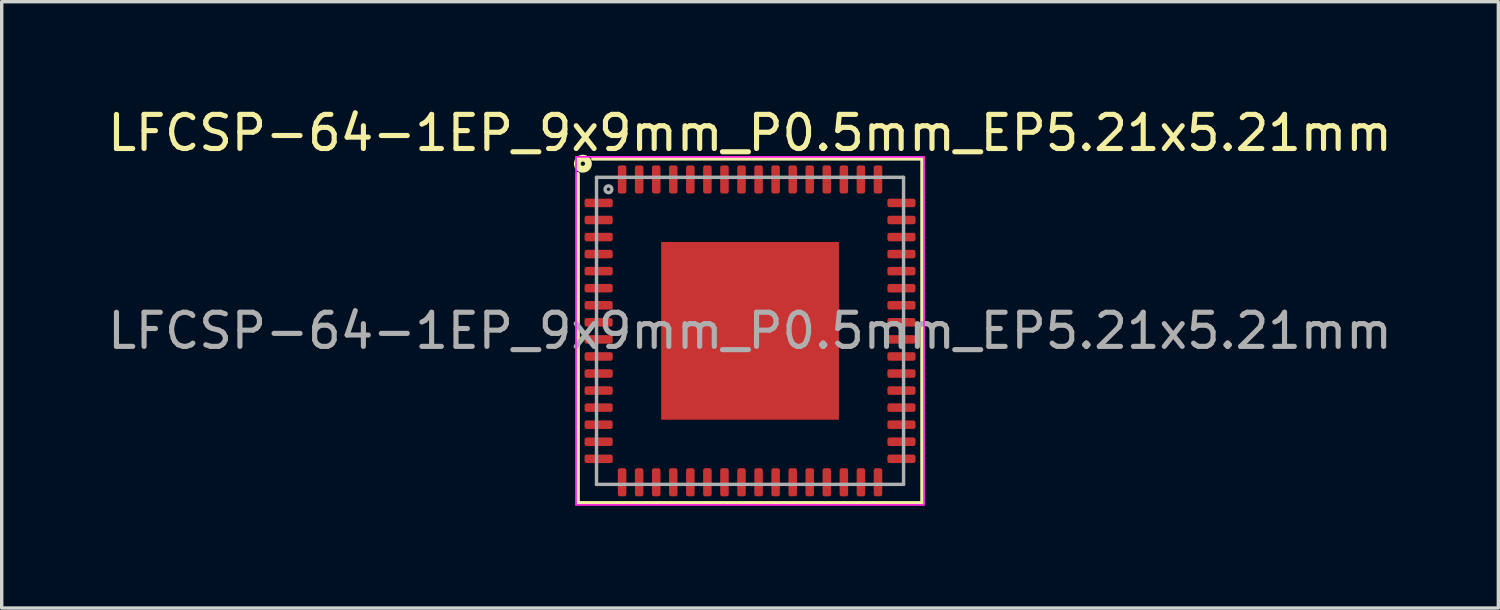
<source format=kicad_pcb>
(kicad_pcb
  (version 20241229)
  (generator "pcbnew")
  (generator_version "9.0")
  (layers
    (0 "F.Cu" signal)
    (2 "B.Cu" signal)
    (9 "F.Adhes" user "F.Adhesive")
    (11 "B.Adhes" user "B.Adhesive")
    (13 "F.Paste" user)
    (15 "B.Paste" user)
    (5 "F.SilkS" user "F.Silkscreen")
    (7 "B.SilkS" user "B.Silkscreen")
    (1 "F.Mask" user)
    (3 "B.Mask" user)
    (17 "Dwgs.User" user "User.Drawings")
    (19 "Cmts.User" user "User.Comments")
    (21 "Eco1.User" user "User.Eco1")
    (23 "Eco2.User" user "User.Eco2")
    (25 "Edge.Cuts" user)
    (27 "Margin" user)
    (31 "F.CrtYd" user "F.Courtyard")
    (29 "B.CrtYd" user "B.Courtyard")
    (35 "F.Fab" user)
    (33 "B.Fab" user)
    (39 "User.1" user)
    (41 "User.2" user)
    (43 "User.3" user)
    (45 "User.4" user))
  (footprint "LFCSP-64-1EP_9x9mm_P0.5mm_EP5.21x5.21mm"
    (layer "F.Cu")
    (at 18.935 6.648)
    (property "Reference" "LFCSP-64-1EP_9x9mm_P0.5mm_EP5.21x5.21mm" (at 0 -5.8 0) (layer "F.SilkS") (effects (font (size 1 1) (thickness 0.15))))
    (attr smd)
    (fp_line (start -5.05 5.05) (end -5.05 -4.6) (stroke (width 0.12) (type solid)) (layer "F.SilkS"))
    (fp_line (start 5.05 -5.05) (end -4.6 -5.05) (stroke (width 0.12) (type solid)) (layer "F.SilkS"))
    (fp_line (start 5.05 -5.05) (end 5.05 5.05) (stroke (width 0.12) (type solid)) (layer "F.SilkS"))
    (fp_line (start 5.05 5.05) (end -5.05 5.05) (stroke (width 0.12) (type solid)) (layer "F.SilkS"))
    (fp_circle (center -4.9 -4.9) (end -4.837 -4.9) (stroke (width 0.2) (type solid)) (fill no) (layer "F.SilkS"))
    (fp_line (start -5.1 -5.1) (end -5.1 5.1) (stroke (width 0.05) (type solid)) (layer "F.CrtYd"))
    (fp_line (start -5.1 5.1) (end 5.1 5.1) (stroke (width 0.05) (type solid)) (layer "F.CrtYd"))
    (fp_line (start 5.1 -5.1) (end -5.1 -5.1) (stroke (width 0.05) (type solid)) (layer "F.CrtYd"))
    (fp_line (start 5.1 5.1) (end 5.1 -5.1) (stroke (width 0.05) (type solid)) (layer "F.CrtYd"))
    (fp_line (start -4.5 -4.5) (end 4.5 -4.5) (stroke (width 0.1) (type solid)) (layer "F.Fab"))
    (fp_line (start -4.5 4.5) (end -4.5 -4.5) (stroke (width 0.1) (type solid)) (layer "F.Fab"))
    (fp_line (start 4.5 -4.5) (end 4.5 4.5) (stroke (width 0.1) (type solid)) (layer "F.Fab"))
    (fp_line (start 4.5 4.5) (end -4.5 4.5) (stroke (width 0.1) (type solid)) (layer "F.Fab"))
    (fp_circle (center -4.15 -4.15) (end -4.05 -4.15) (stroke (width 0.1) (type solid)) (fill no) (layer "F.Fab"))
    (fp_text user "${REFERENCE}" (at 0 0 0) (layer "F.Fab") (effects (font (size 1 1) (thickness 0.15))))
    (pad "" smd roundrect (at -1.3 -1.3) (size 2.1 2.1) (layers "F.Paste") (roundrect_rratio 0.119))
    (pad "" smd roundrect (at -1.3 1.3) (size 2.1 2.1) (layers "F.Paste") (roundrect_rratio 0.119))
    (pad "" smd roundrect (at 1.3 -1.3) (size 2.1 2.1) (layers "F.Paste") (roundrect_rratio 0.119))
    (pad "" smd roundrect (at 1.3 1.3) (size 2.1 2.1) (layers "F.Paste") (roundrect_rratio 0.119))
    (pad "1" smd roundrect (at -4.438 -3.75) (size 0.825 0.25) (layers "F.Cu" "F.Mask" "F.Paste") (roundrect_rratio 0.25))
    (pad "2" smd roundrect (at -4.438 -3.25) (size 0.825 0.25) (layers "F.Cu" "F.Mask" "F.Paste") (roundrect_rratio 0.25))
    (pad "3" smd roundrect (at -4.438 -2.75) (size 0.825 0.25) (layers "F.Cu" "F.Mask" "F.Paste") (roundrect_rratio 0.25))
    (pad "4" smd roundrect (at -4.438 -2.25) (size 0.825 0.25) (layers "F.Cu" "F.Mask" "F.Paste") (roundrect_rratio 0.25))
    (pad "5" smd roundrect (at -4.438 -1.75) (size 0.825 0.25) (layers "F.Cu" "F.Mask" "F.Paste") (roundrect_rratio 0.25))
    (pad "6" smd roundrect (at -4.438 -1.25) (size 0.825 0.25) (layers "F.Cu" "F.Mask" "F.Paste") (roundrect_rratio 0.25))
    (pad "7" smd roundrect (at -4.438 -0.75) (size 0.825 0.25) (layers "F.Cu" "F.Mask" "F.Paste") (roundrect_rratio 0.25))
    (pad "8" smd roundrect (at -4.438 -0.25) (size 0.825 0.25) (layers "F.Cu" "F.Mask" "F.Paste") (roundrect_rratio 0.25))
    (pad "9" smd roundrect (at -4.438 0.25) (size 0.825 0.25) (layers "F.Cu" "F.Mask" "F.Paste") (roundrect_rratio 0.25))
    (pad "10" smd roundrect (at -4.438 0.75) (size 0.825 0.25) (layers "F.Cu" "F.Mask" "F.Paste") (roundrect_rratio 0.25))
    (pad "11" smd roundrect (at -4.438 1.25) (size 0.825 0.25) (layers "F.Cu" "F.Mask" "F.Paste") (roundrect_rratio 0.25))
    (pad "12" smd roundrect (at -4.438 1.75) (size 0.825 0.25) (layers "F.Cu" "F.Mask" "F.Paste") (roundrect_rratio 0.25))
    (pad "13" smd roundrect (at -4.438 2.25) (size 0.825 0.25) (layers "F.Cu" "F.Mask" "F.Paste") (roundrect_rratio 0.25))
    (pad "14" smd roundrect (at -4.438 2.75) (size 0.825 0.25) (layers "F.Cu" "F.Mask" "F.Paste") (roundrect_rratio 0.25))
    (pad "15" smd roundrect (at -4.438 3.25) (size 0.825 0.25) (layers "F.Cu" "F.Mask" "F.Paste") (roundrect_rratio 0.25))
    (pad "16" smd roundrect (at -4.438 3.75) (size 0.825 0.25) (layers "F.Cu" "F.Mask" "F.Paste") (roundrect_rratio 0.25))
    (pad "17" smd roundrect (at -3.75 4.438) (size 0.25 0.825) (layers "F.Cu" "F.Mask" "F.Paste") (roundrect_rratio 0.25))
    (pad "18" smd roundrect (at -3.25 4.438) (size 0.25 0.825) (layers "F.Cu" "F.Mask" "F.Paste") (roundrect_rratio 0.25))
    (pad "19" smd roundrect (at -2.75 4.438) (size 0.25 0.825) (layers "F.Cu" "F.Mask" "F.Paste") (roundrect_rratio 0.25))
    (pad "20" smd roundrect (at -2.25 4.438) (size 0.25 0.825) (layers "F.Cu" "F.Mask" "F.Paste") (roundrect_rratio 0.25))
    (pad "21" smd roundrect (at -1.75 4.438) (size 0.25 0.825) (layers "F.Cu" "F.Mask" "F.Paste") (roundrect_rratio 0.25))
    (pad "22" smd roundrect (at -1.25 4.438) (size 0.25 0.825) (layers "F.Cu" "F.Mask" "F.Paste") (roundrect_rratio 0.25))
    (pad "23" smd roundrect (at -0.75 4.438) (size 0.25 0.825) (layers "F.Cu" "F.Mask" "F.Paste") (roundrect_rratio 0.25))
    (pad "24" smd roundrect (at -0.25 4.438) (size 0.25 0.825) (layers "F.Cu" "F.Mask" "F.Paste") (roundrect_rratio 0.25))
    (pad "25" smd roundrect (at 0.25 4.438) (size 0.25 0.825) (layers "F.Cu" "F.Mask" "F.Paste") (roundrect_rratio 0.25))
    (pad "26" smd roundrect (at 0.75 4.438) (size 0.25 0.825) (layers "F.Cu" "F.Mask" "F.Paste") (roundrect_rratio 0.25))
    (pad "27" smd roundrect (at 1.25 4.438) (size 0.25 0.825) (layers "F.Cu" "F.Mask" "F.Paste") (roundrect_rratio 0.25))
    (pad "28" smd roundrect (at 1.75 4.438) (size 0.25 0.825) (layers "F.Cu" "F.Mask" "F.Paste") (roundrect_rratio 0.25))
    (pad "29" smd roundrect (at 2.25 4.438) (size 0.25 0.825) (layers "F.Cu" "F.Mask" "F.Paste") (roundrect_rratio 0.25))
    (pad "30" smd roundrect (at 2.75 4.438) (size 0.25 0.825) (layers "F.Cu" "F.Mask" "F.Paste") (roundrect_rratio 0.25))
    (pad "31" smd roundrect (at 3.25 4.438) (size 0.25 0.825) (layers "F.Cu" "F.Mask" "F.Paste") (roundrect_rratio 0.25))
    (pad "32" smd roundrect (at 3.75 4.438) (size 0.25 0.825) (layers "F.Cu" "F.Mask" "F.Paste") (roundrect_rratio 0.25))
    (pad "33" smd roundrect (at 4.438 3.75) (size 0.825 0.25) (layers "F.Cu" "F.Mask" "F.Paste") (roundrect_rratio 0.25))
    (pad "34" smd roundrect (at 4.438 3.25) (size 0.825 0.25) (layers "F.Cu" "F.Mask" "F.Paste") (roundrect_rratio 0.25))
    (pad "35" smd roundrect (at 4.438 2.75) (size 0.825 0.25) (layers "F.Cu" "F.Mask" "F.Paste") (roundrect_rratio 0.25))
    (pad "36" smd roundrect (at 4.438 2.25) (size 0.825 0.25) (layers "F.Cu" "F.Mask" "F.Paste") (roundrect_rratio 0.25))
    (pad "37" smd roundrect (at 4.438 1.75) (size 0.825 0.25) (layers "F.Cu" "F.Mask" "F.Paste") (roundrect_rratio 0.25))
    (pad "38" smd roundrect (at 4.438 1.25) (size 0.825 0.25) (layers "F.Cu" "F.Mask" "F.Paste") (roundrect_rratio 0.25))
    (pad "39" smd roundrect (at 4.438 0.75) (size 0.825 0.25) (layers "F.Cu" "F.Mask" "F.Paste") (roundrect_rratio 0.25))
    (pad "40" smd roundrect (at 4.438 0.25) (size 0.825 0.25) (layers "F.Cu" "F.Mask" "F.Paste") (roundrect_rratio 0.25))
    (pad "41" smd roundrect (at 4.438 -0.25) (size 0.825 0.25) (layers "F.Cu" "F.Mask" "F.Paste") (roundrect_rratio 0.25))
    (pad "42" smd roundrect (at 4.438 -0.75) (size 0.825 0.25) (layers "F.Cu" "F.Mask" "F.Paste") (roundrect_rratio 0.25))
    (pad "43" smd roundrect (at 4.438 -1.25) (size 0.825 0.25) (layers "F.Cu" "F.Mask" "F.Paste") (roundrect_rratio 0.25))
    (pad "44" smd roundrect (at 4.438 -1.75) (size 0.825 0.25) (layers "F.Cu" "F.Mask" "F.Paste") (roundrect_rratio 0.25))
    (pad "45" smd roundrect (at 4.438 -2.25) (size 0.825 0.25) (layers "F.Cu" "F.Mask" "F.Paste") (roundrect_rratio 0.25))
    (pad "46" smd roundrect (at 4.438 -2.75) (size 0.825 0.25) (layers "F.Cu" "F.Mask" "F.Paste") (roundrect_rratio 0.25))
    (pad "47" smd roundrect (at 4.438 -3.25) (size 0.825 0.25) (layers "F.Cu" "F.Mask" "F.Paste") (roundrect_rratio 0.25))
    (pad "48" smd roundrect (at 4.438 -3.75) (size 0.825 0.25) (layers "F.Cu" "F.Mask" "F.Paste") (roundrect_rratio 0.25))
    (pad "49" smd roundrect (at 3.75 -4.438) (size 0.25 0.825) (layers "F.Cu" "F.Mask" "F.Paste") (roundrect_rratio 0.25))
    (pad "50" smd roundrect (at 3.25 -4.438) (size 0.25 0.825) (layers "F.Cu" "F.Mask" "F.Paste") (roundrect_rratio 0.25))
    (pad "51" smd roundrect (at 2.75 -4.438) (size 0.25 0.825) (layers "F.Cu" "F.Mask" "F.Paste") (roundrect_rratio 0.25))
    (pad "52" smd roundrect (at 2.25 -4.438) (size 0.25 0.825) (layers "F.Cu" "F.Mask" "F.Paste") (roundrect_rratio 0.25))
    (pad "53" smd roundrect (at 1.75 -4.438) (size 0.25 0.825) (layers "F.Cu" "F.Mask" "F.Paste") (roundrect_rratio 0.25))
    (pad "54" smd roundrect (at 1.25 -4.438) (size 0.25 0.825) (layers "F.Cu" "F.Mask" "F.Paste") (roundrect_rratio 0.25))
    (pad "55" smd roundrect (at 0.75 -4.438) (size 0.25 0.825) (layers "F.Cu" "F.Mask" "F.Paste") (roundrect_rratio 0.25))
    (pad "56" smd roundrect (at 0.25 -4.438) (size 0.25 0.825) (layers "F.Cu" "F.Mask" "F.Paste") (roundrect_rratio 0.25))
    (pad "57" smd roundrect (at -0.25 -4.438) (size 0.25 0.825) (layers "F.Cu" "F.Mask" "F.Paste") (roundrect_rratio 0.25))
    (pad "58" smd roundrect (at -0.75 -4.438) (size 0.25 0.825) (layers "F.Cu" "F.Mask" "F.Paste") (roundrect_rratio 0.25))
    (pad "59" smd roundrect (at -1.25 -4.438) (size 0.25 0.825) (layers "F.Cu" "F.Mask" "F.Paste") (roundrect_rratio 0.25))
    (pad "60" smd roundrect (at -1.75 -4.438) (size 0.25 0.825) (layers "F.Cu" "F.Mask" "F.Paste") (roundrect_rratio 0.25))
    (pad "61" smd roundrect (at -2.25 -4.438) (size 0.25 0.825) (layers "F.Cu" "F.Mask" "F.Paste") (roundrect_rratio 0.25))
    (pad "62" smd roundrect (at -2.75 -4.438) (size 0.25 0.825) (layers "F.Cu" "F.Mask" "F.Paste") (roundrect_rratio 0.25))
    (pad "63" smd roundrect (at -3.25 -4.438) (size 0.25 0.825) (layers "F.Cu" "F.Mask" "F.Paste") (roundrect_rratio 0.25))
    (pad "64" smd roundrect (at -3.75 -4.438) (size 0.25 0.825) (layers "F.Cu" "F.Mask" "F.Paste") (roundrect_rratio 0.25))
    (pad "65" smd rect (at 0 0) (size 5.21 5.21) (layers "F.Cu" "F.Mask")))
  (gr_rect
    (start -3 -3)
    (end 40.869 14.773)
    (stroke (width 0.1) (type default))
    (fill no)
    (layer "Edge.Cuts")))
</source>
